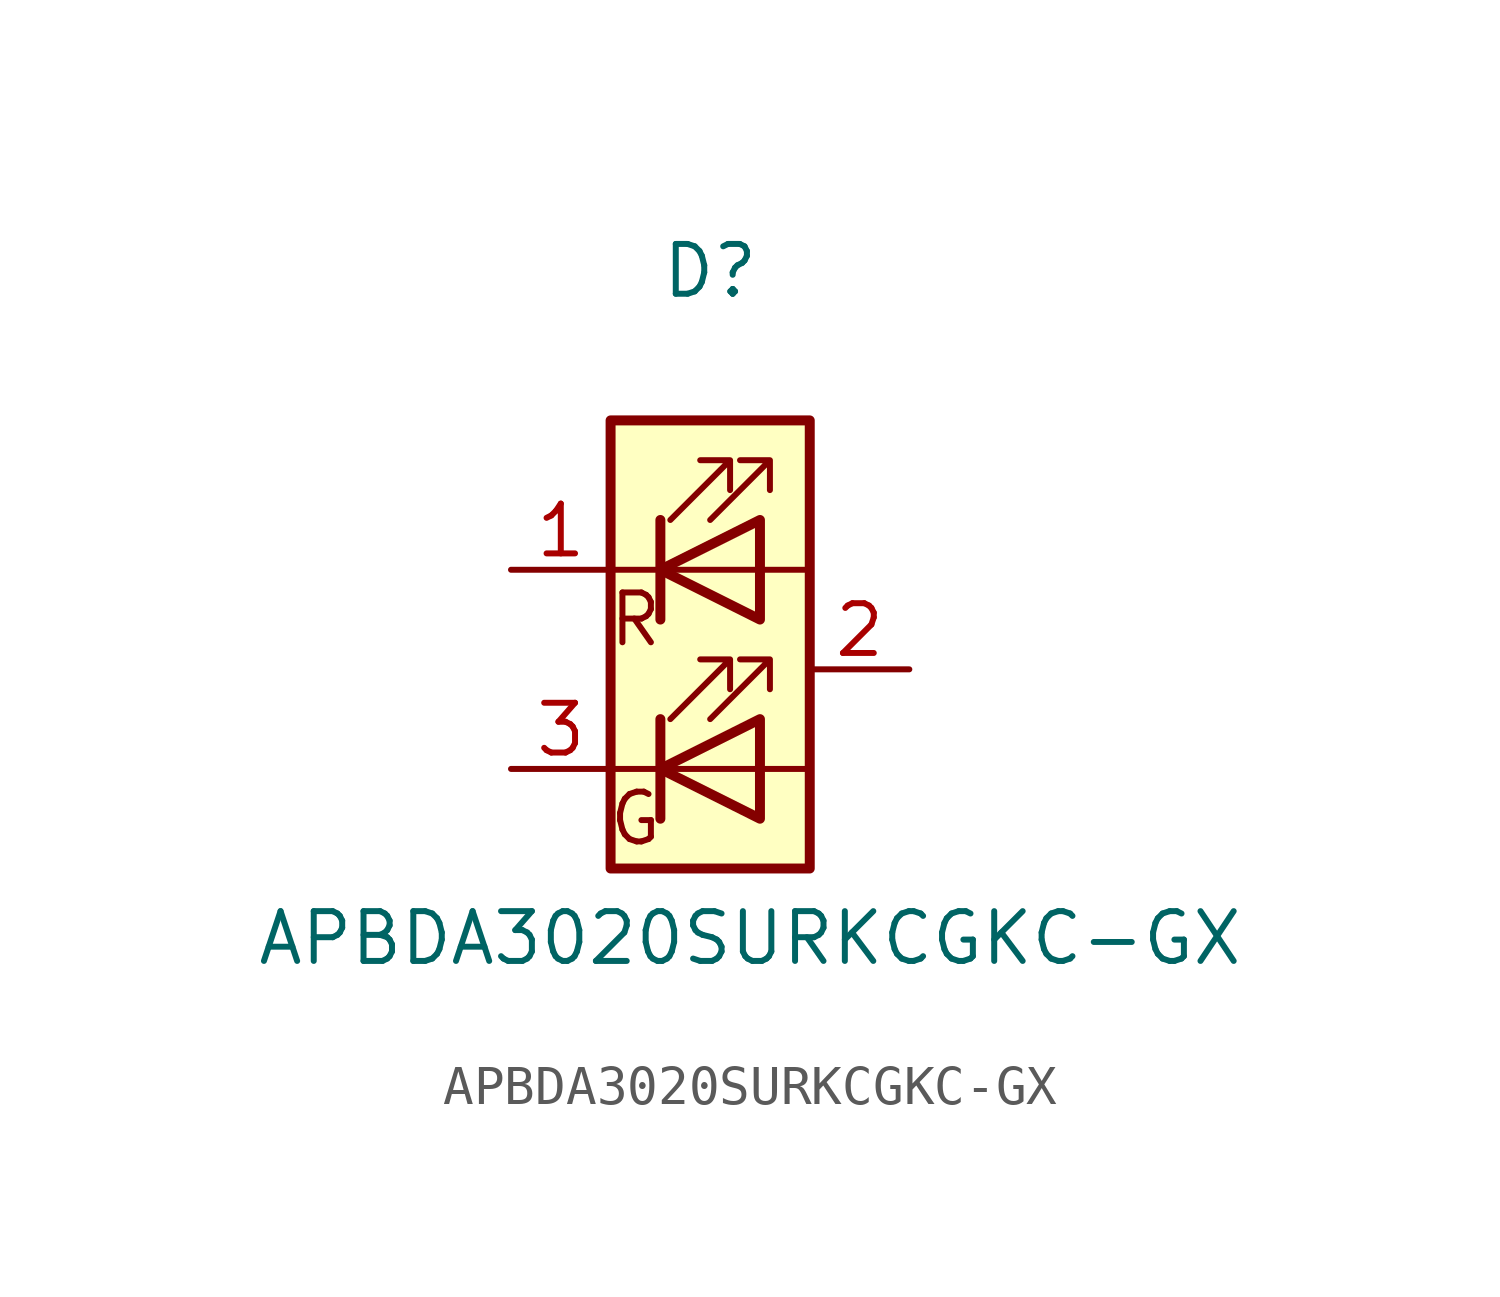
<source format=kicad_sym>
(kicad_symbol_lib
  (version 20231120)
  (generator "kicad_symbol_editor")
  (generator_version "8.0")
  (symbol "APBDA3020SURKCGKC-GX"
    (pin_names
      (offset 0) hide)
    (property "Reference" "D"
      (at 0 10.16 0)
      (effects (font (size 1.27 1.27))))
    (property "Value" "APBDA3020SURKCGKC-GX"
      (at 1.016 -6.858 0)
      (effects (font (size 1.27 1.27))))
    (symbol "APBDA3020SURKCGKC-GX_0_0"
      (text "G" (at -1.905 -3.81 0) (effects (font (size 1.27 1.27))))
      (text "R" (at -1.905 1.27 0) (effects (font (size 1.27 1.27)))))
    (symbol "APBDA3020SURKCGKC-GX_0_1"
      (rectangle (start -2.54 6.35) (end 2.54 -5.08) (stroke (width 0.254) (type default)) (fill (type background)))
      (polyline (pts (xy -1.27 -1.27) (xy -1.27 -3.81)) (stroke (width 0.254) (type default)) (fill (type none)))
      (polyline (pts (xy -1.27 3.81) (xy -1.27 1.27)) (stroke (width 0.254) (type default)) (fill (type none)))
      (polyline (pts (xy 1.27 2.54) (xy -2.54 2.54)) (stroke (width 0) (type default)) (fill (type none)))
      (polyline (pts (xy 2.54 -2.54) (xy -2.54 -2.54)) (stroke (width 0) (type default)) (fill (type none)))
      (polyline (pts (xy 2.54 -2.54) (xy 2.54 2.54) (xy 1.27 2.54)) (stroke (width 0) (type default)) (fill (type none)))
      (polyline (pts (xy 1.27 -1.27) (xy 1.27 -3.81) (xy -1.27 -2.54) (xy 1.27 -1.27)) (stroke (width 0.254) (type default)) (fill (type none)))
      (polyline (pts (xy 1.27 3.81) (xy 1.27 1.27) (xy -1.27 2.54) (xy 1.27 3.81)) (stroke (width 0.254) (type default)) (fill (type none)))
      (polyline (pts (xy -1.016 -1.27) (xy 0.508 0.254) (xy -0.254 0.254) (xy 0.508 0.254) (xy 0.508 -0.508)) (stroke (width 0) (type default)) (fill (type none)))
      (polyline (pts (xy -1.016 3.81) (xy 0.508 5.334) (xy -0.254 5.334) (xy 0.508 5.334) (xy 0.508 4.572)) (stroke (width 0) (type default)) (fill (type none)))
      (polyline (pts (xy 0 -1.27) (xy 1.524 0.254) (xy 0.762 0.254) (xy 1.524 0.254) (xy 1.524 -0.508)) (stroke (width 0) (type default)) (fill (type none)))
      (polyline (pts (xy 0 3.81) (xy 1.524 5.334) (xy 0.762 5.334) (xy 1.524 5.334) (xy 1.524 4.572)) (stroke (width 0) (type default)) (fill (type none)))
      (rectangle (start 1.27 3.81) (end 1.27 3.81) (stroke (width 0) (type default)) (fill (type none))))
    (symbol "APBDA3020SURKCGKC-GX_1_1"
      (pin input line (at -5.08 2.54 0) (length 2.54) (name "R" (effects (font (size 1.27 1.27)))) (number "1" (effects (font (size 1.27 1.27)))))
      (pin power_in line (at 5.08 0 180) (length 2.54) (name "A" (effects (font (size 1.27 1.27)))) (number "2" (effects (font (size 1.27 1.27)))))
      (pin input line (at -5.08 -2.54 0) (length 2.54) (name "G" (effects (font (size 1.27 1.27)))) (number "3" (effects (font (size 1.27 1.27))))))))
</source>
